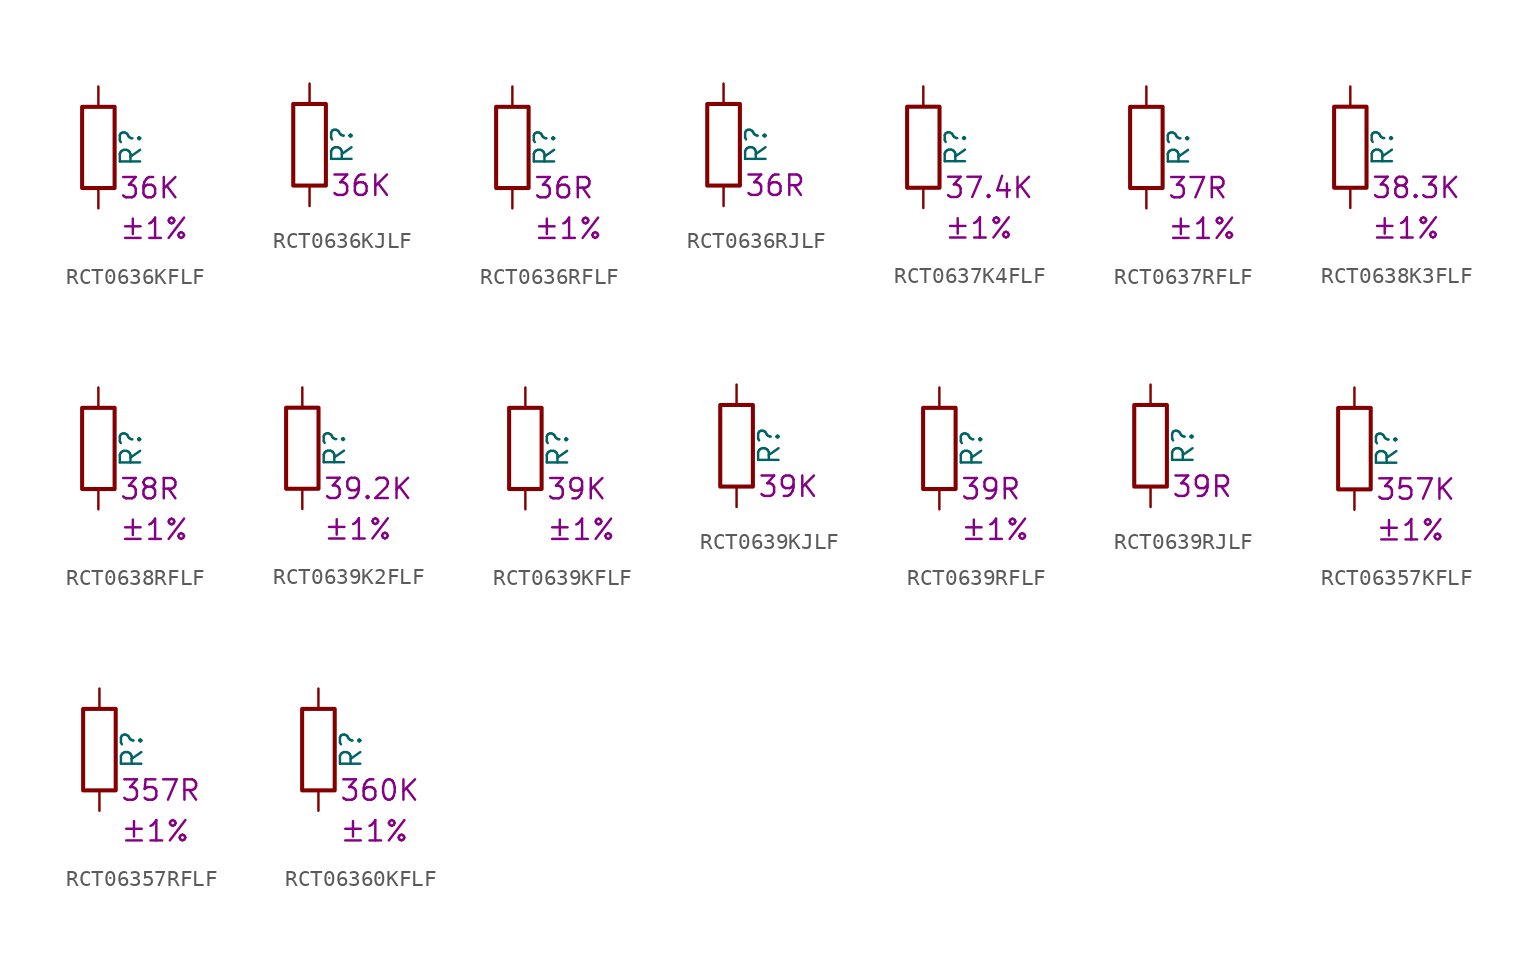
<source format=kicad_sym>
(kicad_symbol_lib
  (version 20220914)
  (generator kicad_symbol_editor)
  (symbol "RCT0636KFLF"
    (pin_numbers hide)
    (pin_names
      (offset 0))
    (property "Reference" "R"
      (at 2.032 0 90)
      (effects (font (size 1.27 1.27))))
    (property "Resistance" "36K"
      (at 1.27 -2.54 0)
      (effects (font (size 1.27 1.27)) (justify left)))
    (property "Tolerance" "±1%"
      (at 1.27 -5.08 0)
      (effects (font (size 1.27 1.27)) (justify left)))
    (symbol "RCT0636KFLF_0_1"
      (rectangle (start -1.016 -2.54) (end 1.016 2.54) (stroke (width 0.254) (type default)) (fill (type none))))
    (symbol "RCT0636KFLF_1_1"
      (pin passive line (at 0 3.81 270) (length 1.27) (name "~" (effects (font (size 1.27 1.27)))) (number "1" (effects (font (size 1.27 1.27)))))
      (pin passive line (at 0 -3.81 90) (length 1.27) (name "~" (effects (font (size 1.27 1.27)))) (number "2" (effects (font (size 1.27 1.27)))))))
  (symbol "RCT0636KJLF"
    (pin_numbers hide)
    (pin_names
      (offset 0))
    (property "Reference" "R"
      (at 2.032 0 90)
      (effects (font (size 1.27 1.27))))
    (property "Resistance" "36K"
      (at 1.27 -2.54 0)
      (effects (font (size 1.27 1.27)) (justify left)))
    (symbol "RCT0636KJLF_0_1"
      (rectangle (start -1.016 -2.54) (end 1.016 2.54) (stroke (width 0.254) (type default)) (fill (type none))))
    (symbol "RCT0636KJLF_1_1"
      (pin passive line (at 0 3.81 270) (length 1.27) (name "~" (effects (font (size 1.27 1.27)))) (number "1" (effects (font (size 1.27 1.27)))))
      (pin passive line (at 0 -3.81 90) (length 1.27) (name "~" (effects (font (size 1.27 1.27)))) (number "2" (effects (font (size 1.27 1.27)))))))
  (symbol "RCT0636RFLF"
    (pin_numbers hide)
    (pin_names
      (offset 0))
    (property "Reference" "R"
      (at 2.032 0 90)
      (effects (font (size 1.27 1.27))))
    (property "Resistance" "36R"
      (at 1.27 -2.54 0)
      (effects (font (size 1.27 1.27)) (justify left)))
    (property "Tolerance" "±1%"
      (at 1.27 -5.08 0)
      (effects (font (size 1.27 1.27)) (justify left)))
    (symbol "RCT0636RFLF_0_1"
      (rectangle (start -1.016 -2.54) (end 1.016 2.54) (stroke (width 0.254) (type default)) (fill (type none))))
    (symbol "RCT0636RFLF_1_1"
      (pin passive line (at 0 3.81 270) (length 1.27) (name "~" (effects (font (size 1.27 1.27)))) (number "1" (effects (font (size 1.27 1.27)))))
      (pin passive line (at 0 -3.81 90) (length 1.27) (name "~" (effects (font (size 1.27 1.27)))) (number "2" (effects (font (size 1.27 1.27)))))))
  (symbol "RCT0636RJLF"
    (pin_numbers hide)
    (pin_names
      (offset 0))
    (property "Reference" "R"
      (at 2.032 0 90)
      (effects (font (size 1.27 1.27))))
    (property "Resistance" "36R"
      (at 1.27 -2.54 0)
      (effects (font (size 1.27 1.27)) (justify left)))
    (symbol "RCT0636RJLF_0_1"
      (rectangle (start -1.016 -2.54) (end 1.016 2.54) (stroke (width 0.254) (type default)) (fill (type none))))
    (symbol "RCT0636RJLF_1_1"
      (pin passive line (at 0 3.81 270) (length 1.27) (name "~" (effects (font (size 1.27 1.27)))) (number "1" (effects (font (size 1.27 1.27)))))
      (pin passive line (at 0 -3.81 90) (length 1.27) (name "~" (effects (font (size 1.27 1.27)))) (number "2" (effects (font (size 1.27 1.27)))))))
  (symbol "RCT0637K4FLF"
    (pin_numbers hide)
    (pin_names
      (offset 0))
    (property "Reference" "R"
      (at 2.032 0 90)
      (effects (font (size 1.27 1.27))))
    (property "Resistance" "37.4K"
      (at 1.27 -2.54 0)
      (effects (font (size 1.27 1.27)) (justify left)))
    (property "Tolerance" "±1%"
      (at 1.27 -5.08 0)
      (effects (font (size 1.27 1.27)) (justify left)))
    (symbol "RCT0637K4FLF_0_1"
      (rectangle (start -1.016 -2.54) (end 1.016 2.54) (stroke (width 0.254) (type default)) (fill (type none))))
    (symbol "RCT0637K4FLF_1_1"
      (pin passive line (at 0 3.81 270) (length 1.27) (name "~" (effects (font (size 1.27 1.27)))) (number "1" (effects (font (size 1.27 1.27)))))
      (pin passive line (at 0 -3.81 90) (length 1.27) (name "~" (effects (font (size 1.27 1.27)))) (number "2" (effects (font (size 1.27 1.27)))))))
  (symbol "RCT0637RFLF"
    (pin_numbers hide)
    (pin_names
      (offset 0))
    (property "Reference" "R"
      (at 2.032 0 90)
      (effects (font (size 1.27 1.27))))
    (property "Resistance" "37R"
      (at 1.27 -2.54 0)
      (effects (font (size 1.27 1.27)) (justify left)))
    (property "Tolerance" "±1%"
      (at 1.27 -5.08 0)
      (effects (font (size 1.27 1.27)) (justify left)))
    (symbol "RCT0637RFLF_0_1"
      (rectangle (start -1.016 -2.54) (end 1.016 2.54) (stroke (width 0.254) (type default)) (fill (type none))))
    (symbol "RCT0637RFLF_1_1"
      (pin passive line (at 0 3.81 270) (length 1.27) (name "~" (effects (font (size 1.27 1.27)))) (number "1" (effects (font (size 1.27 1.27)))))
      (pin passive line (at 0 -3.81 90) (length 1.27) (name "~" (effects (font (size 1.27 1.27)))) (number "2" (effects (font (size 1.27 1.27)))))))
  (symbol "RCT0638K3FLF"
    (pin_numbers hide)
    (pin_names
      (offset 0))
    (property "Reference" "R"
      (at 2.032 0 90)
      (effects (font (size 1.27 1.27))))
    (property "Resistance" "38.3K"
      (at 1.27 -2.54 0)
      (effects (font (size 1.27 1.27)) (justify left)))
    (property "Tolerance" "±1%"
      (at 1.27 -5.08 0)
      (effects (font (size 1.27 1.27)) (justify left)))
    (symbol "RCT0638K3FLF_0_1"
      (rectangle (start -1.016 -2.54) (end 1.016 2.54) (stroke (width 0.254) (type default)) (fill (type none))))
    (symbol "RCT0638K3FLF_1_1"
      (pin passive line (at 0 3.81 270) (length 1.27) (name "~" (effects (font (size 1.27 1.27)))) (number "1" (effects (font (size 1.27 1.27)))))
      (pin passive line (at 0 -3.81 90) (length 1.27) (name "~" (effects (font (size 1.27 1.27)))) (number "2" (effects (font (size 1.27 1.27)))))))
  (symbol "RCT0638RFLF"
    (pin_numbers hide)
    (pin_names
      (offset 0))
    (property "Reference" "R"
      (at 2.032 0 90)
      (effects (font (size 1.27 1.27))))
    (property "Resistance" "38R"
      (at 1.27 -2.54 0)
      (effects (font (size 1.27 1.27)) (justify left)))
    (property "Tolerance" "±1%"
      (at 1.27 -5.08 0)
      (effects (font (size 1.27 1.27)) (justify left)))
    (symbol "RCT0638RFLF_0_1"
      (rectangle (start -1.016 -2.54) (end 1.016 2.54) (stroke (width 0.254) (type default)) (fill (type none))))
    (symbol "RCT0638RFLF_1_1"
      (pin passive line (at 0 3.81 270) (length 1.27) (name "~" (effects (font (size 1.27 1.27)))) (number "1" (effects (font (size 1.27 1.27)))))
      (pin passive line (at 0 -3.81 90) (length 1.27) (name "~" (effects (font (size 1.27 1.27)))) (number "2" (effects (font (size 1.27 1.27)))))))
  (symbol "RCT0639K2FLF"
    (pin_numbers hide)
    (pin_names
      (offset 0))
    (property "Reference" "R"
      (at 2.032 0 90)
      (effects (font (size 1.27 1.27))))
    (property "Resistance" "39.2K"
      (at 1.27 -2.54 0)
      (effects (font (size 1.27 1.27)) (justify left)))
    (property "Tolerance" "±1%"
      (at 1.27 -5.08 0)
      (effects (font (size 1.27 1.27)) (justify left)))
    (symbol "RCT0639K2FLF_0_1"
      (rectangle (start -1.016 -2.54) (end 1.016 2.54) (stroke (width 0.254) (type default)) (fill (type none))))
    (symbol "RCT0639K2FLF_1_1"
      (pin passive line (at 0 3.81 270) (length 1.27) (name "~" (effects (font (size 1.27 1.27)))) (number "1" (effects (font (size 1.27 1.27)))))
      (pin passive line (at 0 -3.81 90) (length 1.27) (name "~" (effects (font (size 1.27 1.27)))) (number "2" (effects (font (size 1.27 1.27)))))))
  (symbol "RCT0639KFLF"
    (pin_numbers hide)
    (pin_names
      (offset 0))
    (property "Reference" "R"
      (at 2.032 0 90)
      (effects (font (size 1.27 1.27))))
    (property "Resistance" "39K"
      (at 1.27 -2.54 0)
      (effects (font (size 1.27 1.27)) (justify left)))
    (property "Tolerance" "±1%"
      (at 1.27 -5.08 0)
      (effects (font (size 1.27 1.27)) (justify left)))
    (symbol "RCT0639KFLF_0_1"
      (rectangle (start -1.016 -2.54) (end 1.016 2.54) (stroke (width 0.254) (type default)) (fill (type none))))
    (symbol "RCT0639KFLF_1_1"
      (pin passive line (at 0 3.81 270) (length 1.27) (name "~" (effects (font (size 1.27 1.27)))) (number "1" (effects (font (size 1.27 1.27)))))
      (pin passive line (at 0 -3.81 90) (length 1.27) (name "~" (effects (font (size 1.27 1.27)))) (number "2" (effects (font (size 1.27 1.27)))))))
  (symbol "RCT0639KJLF"
    (pin_numbers hide)
    (pin_names
      (offset 0))
    (property "Reference" "R"
      (at 2.032 0 90)
      (effects (font (size 1.27 1.27))))
    (property "Resistance" "39K"
      (at 1.27 -2.54 0)
      (effects (font (size 1.27 1.27)) (justify left)))
    (symbol "RCT0639KJLF_0_1"
      (rectangle (start -1.016 -2.54) (end 1.016 2.54) (stroke (width 0.254) (type default)) (fill (type none))))
    (symbol "RCT0639KJLF_1_1"
      (pin passive line (at 0 3.81 270) (length 1.27) (name "~" (effects (font (size 1.27 1.27)))) (number "1" (effects (font (size 1.27 1.27)))))
      (pin passive line (at 0 -3.81 90) (length 1.27) (name "~" (effects (font (size 1.27 1.27)))) (number "2" (effects (font (size 1.27 1.27)))))))
  (symbol "RCT0639RFLF"
    (pin_numbers hide)
    (pin_names
      (offset 0))
    (property "Reference" "R"
      (at 2.032 0 90)
      (effects (font (size 1.27 1.27))))
    (property "Resistance" "39R"
      (at 1.27 -2.54 0)
      (effects (font (size 1.27 1.27)) (justify left)))
    (property "Tolerance" "±1%"
      (at 1.27 -5.08 0)
      (effects (font (size 1.27 1.27)) (justify left)))
    (symbol "RCT0639RFLF_0_1"
      (rectangle (start -1.016 -2.54) (end 1.016 2.54) (stroke (width 0.254) (type default)) (fill (type none))))
    (symbol "RCT0639RFLF_1_1"
      (pin passive line (at 0 3.81 270) (length 1.27) (name "~" (effects (font (size 1.27 1.27)))) (number "1" (effects (font (size 1.27 1.27)))))
      (pin passive line (at 0 -3.81 90) (length 1.27) (name "~" (effects (font (size 1.27 1.27)))) (number "2" (effects (font (size 1.27 1.27)))))))
  (symbol "RCT0639RJLF"
    (pin_numbers hide)
    (pin_names
      (offset 0))
    (property "Reference" "R"
      (at 2.032 0 90)
      (effects (font (size 1.27 1.27))))
    (property "Resistance" "39R"
      (at 1.27 -2.54 0)
      (effects (font (size 1.27 1.27)) (justify left)))
    (symbol "RCT0639RJLF_0_1"
      (rectangle (start -1.016 -2.54) (end 1.016 2.54) (stroke (width 0.254) (type default)) (fill (type none))))
    (symbol "RCT0639RJLF_1_1"
      (pin passive line (at 0 3.81 270) (length 1.27) (name "~" (effects (font (size 1.27 1.27)))) (number "1" (effects (font (size 1.27 1.27)))))
      (pin passive line (at 0 -3.81 90) (length 1.27) (name "~" (effects (font (size 1.27 1.27)))) (number "2" (effects (font (size 1.27 1.27)))))))
  (symbol "RCT06357KFLF"
    (pin_numbers hide)
    (pin_names
      (offset 0))
    (property "Reference" "R"
      (at 2.032 0 90)
      (effects (font (size 1.27 1.27))))
    (property "Resistance" "357K"
      (at 1.27 -2.54 0)
      (effects (font (size 1.27 1.27)) (justify left)))
    (property "Tolerance" "±1%"
      (at 1.27 -5.08 0)
      (effects (font (size 1.27 1.27)) (justify left)))
    (symbol "RCT06357KFLF_0_1"
      (rectangle (start -1.016 -2.54) (end 1.016 2.54) (stroke (width 0.254) (type default)) (fill (type none))))
    (symbol "RCT06357KFLF_1_1"
      (pin passive line (at 0 3.81 270) (length 1.27) (name "~" (effects (font (size 1.27 1.27)))) (number "1" (effects (font (size 1.27 1.27)))))
      (pin passive line (at 0 -3.81 90) (length 1.27) (name "~" (effects (font (size 1.27 1.27)))) (number "2" (effects (font (size 1.27 1.27)))))))
  (symbol "RCT06357RFLF"
    (pin_numbers hide)
    (pin_names
      (offset 0))
    (property "Reference" "R"
      (at 2.032 0 90)
      (effects (font (size 1.27 1.27))))
    (property "Resistance" "357R"
      (at 1.27 -2.54 0)
      (effects (font (size 1.27 1.27)) (justify left)))
    (property "Tolerance" "±1%"
      (at 1.27 -5.08 0)
      (effects (font (size 1.27 1.27)) (justify left)))
    (symbol "RCT06357RFLF_0_1"
      (rectangle (start -1.016 -2.54) (end 1.016 2.54) (stroke (width 0.254) (type default)) (fill (type none))))
    (symbol "RCT06357RFLF_1_1"
      (pin passive line (at 0 3.81 270) (length 1.27) (name "~" (effects (font (size 1.27 1.27)))) (number "1" (effects (font (size 1.27 1.27)))))
      (pin passive line (at 0 -3.81 90) (length 1.27) (name "~" (effects (font (size 1.27 1.27)))) (number "2" (effects (font (size 1.27 1.27)))))))
  (symbol "RCT06360KFLF"
    (pin_numbers hide)
    (pin_names
      (offset 0))
    (property "Reference" "R"
      (at 2.032 0 90)
      (effects (font (size 1.27 1.27))))
    (property "Resistance" "360K"
      (at 1.27 -2.54 0)
      (effects (font (size 1.27 1.27)) (justify left)))
    (property "Tolerance" "±1%"
      (at 1.27 -5.08 0)
      (effects (font (size 1.27 1.27)) (justify left)))
    (symbol "RCT06360KFLF_0_1"
      (rectangle (start -1.016 -2.54) (end 1.016 2.54) (stroke (width 0.254) (type default)) (fill (type none))))
    (symbol "RCT06360KFLF_1_1"
      (pin passive line (at 0 3.81 270) (length 1.27) (name "~" (effects (font (size 1.27 1.27)))) (number "1" (effects (font (size 1.27 1.27)))))
      (pin passive line (at 0 -3.81 90) (length 1.27) (name "~" (effects (font (size 1.27 1.27)))) (number "2" (effects (font (size 1.27 1.27))))))))
</source>
